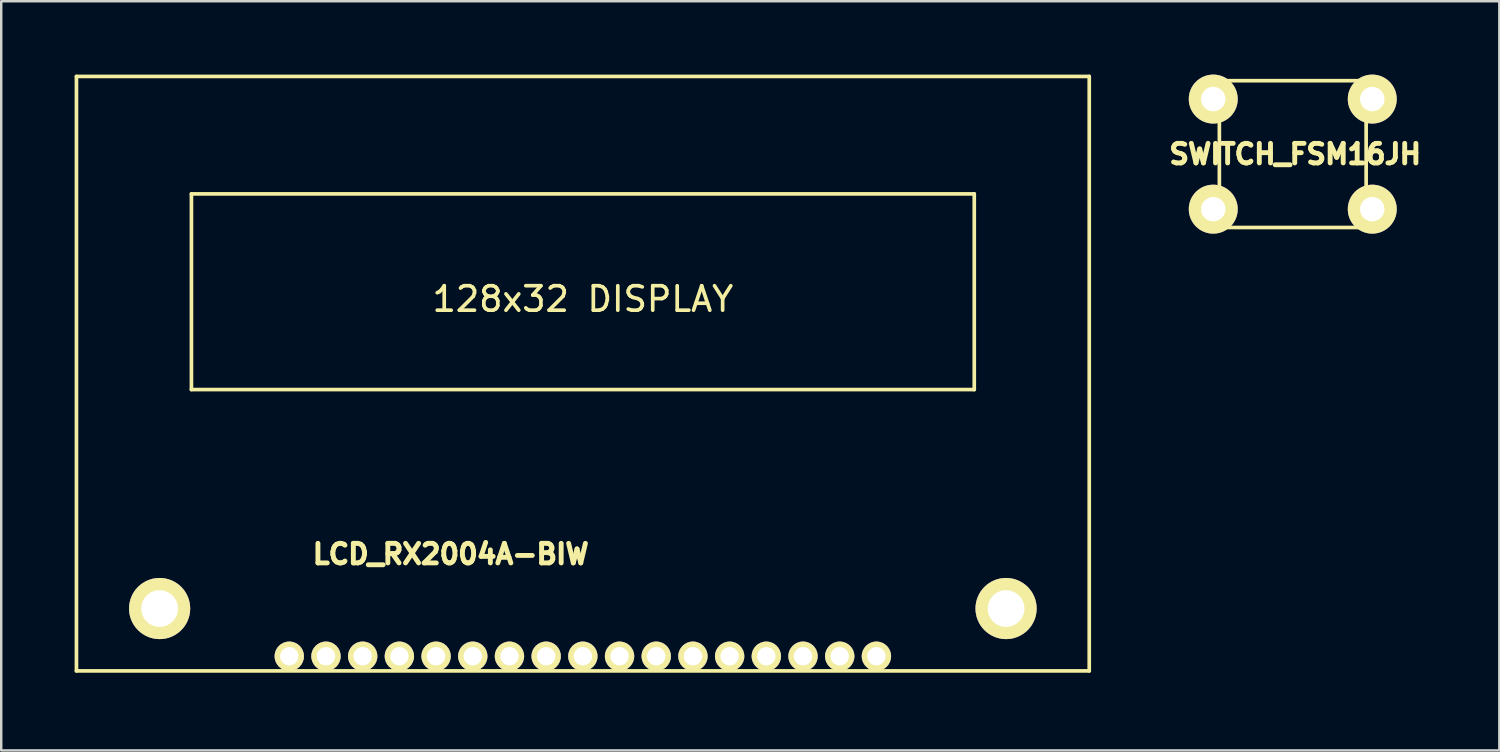
<source format=kicad_pcb>
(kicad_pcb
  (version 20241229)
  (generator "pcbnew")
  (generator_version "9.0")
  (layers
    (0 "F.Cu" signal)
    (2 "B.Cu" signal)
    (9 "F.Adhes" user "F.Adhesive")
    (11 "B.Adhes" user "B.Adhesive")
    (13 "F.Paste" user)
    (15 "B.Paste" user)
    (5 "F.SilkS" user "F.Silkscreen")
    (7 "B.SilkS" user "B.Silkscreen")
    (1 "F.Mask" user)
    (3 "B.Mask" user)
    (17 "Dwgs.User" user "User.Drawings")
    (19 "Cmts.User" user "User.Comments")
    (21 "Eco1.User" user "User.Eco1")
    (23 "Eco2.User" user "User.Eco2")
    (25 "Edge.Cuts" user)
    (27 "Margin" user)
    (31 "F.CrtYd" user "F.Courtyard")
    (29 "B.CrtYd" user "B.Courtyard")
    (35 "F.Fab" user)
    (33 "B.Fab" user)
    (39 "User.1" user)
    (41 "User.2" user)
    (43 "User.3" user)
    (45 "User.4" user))
  (footprint "LCD_RX2004A-BIW"
    (layer "F.Cu")
    (at 20.775 24.375)
    (property "Reference" "LCD_RX2004A-BIW" (at -5.4 -4.775 0) (layer "F.SilkS") (effects (font (size 0.8 0.8) (thickness 0.2))))
    (attr through_hole)
    (fp_line (start -20.7 -24.3) (end -20.7 0) (stroke (width 0.15) (type solid)) (layer "F.SilkS"))
    (fp_line (start -20.7 0) (end 20.7 0) (stroke (width 0.15) (type solid)) (layer "F.SilkS"))
    (fp_line (start -16 -19.5) (end -16 -11.5) (stroke (width 0.15) (type solid)) (layer "F.SilkS"))
    (fp_line (start -16 -11.5) (end 16 -11.5) (stroke (width 0.15) (type solid)) (layer "F.SilkS"))
    (fp_line (start 16 -19.5) (end -16 -19.5) (stroke (width 0.15) (type solid)) (layer "F.SilkS"))
    (fp_line (start 16 -11.5) (end 16 -19.5) (stroke (width 0.15) (type solid)) (layer "F.SilkS"))
    (fp_line (start 20.7 -24.3) (end -20.7 -24.3) (stroke (width 0.15) (type solid)) (layer "F.SilkS"))
    (fp_line (start 20.7 0) (end 20.7 -24.3) (stroke (width 0.15) (type solid)) (layer "F.SilkS"))
    (fp_text user "128x32 DISPLAY" (at 0 -15.2 0) (layer "F.SilkS") (effects (font (size 1 1) (thickness 0.15))))
    (pad "1" thru_hole circle (at -12 -0.6) (size 1.2 1.2) (drill 0.75) (layers "*.Cu" "*.Mask" "F.SilkS"))
    (pad "2" thru_hole circle (at -10.5 -0.6) (size 1.2 1.2) (drill 0.75) (layers "*.Cu" "*.Mask" "F.SilkS"))
    (pad "3" thru_hole circle (at -9 -0.6) (size 1.2 1.2) (drill 0.75) (layers "*.Cu" "*.Mask" "F.SilkS"))
    (pad "4" thru_hole circle (at -7.5 -0.6) (size 1.2 1.2) (drill 0.75) (layers "*.Cu" "*.Mask" "F.SilkS"))
    (pad "5" thru_hole circle (at -6 -0.6) (size 1.2 1.2) (drill 0.75) (layers "*.Cu" "*.Mask" "F.SilkS"))
    (pad "6" thru_hole circle (at -4.5 -0.6) (size 1.2 1.2) (drill 0.75) (layers "*.Cu" "*.Mask" "F.SilkS"))
    (pad "7" thru_hole circle (at -3 -0.6) (size 1.2 1.2) (drill 0.75) (layers "*.Cu" "*.Mask" "F.SilkS"))
    (pad "8" thru_hole circle (at -1.5 -0.6) (size 1.2 1.2) (drill 0.75) (layers "*.Cu" "*.Mask" "F.SilkS"))
    (pad "9" thru_hole circle (at 0 -0.6) (size 1.2 1.2) (drill 0.75) (layers "*.Cu" "*.Mask" "F.SilkS"))
    (pad "10" thru_hole circle (at 1.5 -0.6) (size 1.2 1.2) (drill 0.75) (layers "*.Cu" "*.Mask" "F.SilkS"))
    (pad "11" thru_hole circle (at 3 -0.6) (size 1.2 1.2) (drill 0.75) (layers "*.Cu" "*.Mask" "F.SilkS"))
    (pad "12" thru_hole circle (at 4.5 -0.6) (size 1.2 1.2) (drill 0.75) (layers "*.Cu" "*.Mask" "F.SilkS"))
    (pad "13" thru_hole circle (at 6 -0.6) (size 1.2 1.2) (drill 0.75) (layers "*.Cu" "*.Mask" "F.SilkS"))
    (pad "14" thru_hole circle (at 7.5 -0.6) (size 1.2 1.2) (drill 0.75) (layers "*.Cu" "*.Mask" "F.SilkS"))
    (pad "15" thru_hole circle (at 9 -0.6) (size 1.2 1.2) (drill 0.75) (layers "*.Cu" "*.Mask" "F.SilkS"))
    (pad "16" thru_hole circle (at 10.5 -0.6) (size 1.2 1.2) (drill 0.75) (layers "*.Cu" "*.Mask" "F.SilkS"))
    (pad "17" thru_hole circle (at 12 -0.6) (size 1.2 1.2) (drill 0.75) (layers "*.Cu" "*.Mask" "F.SilkS"))
    (pad "A" thru_hole circle (at -17.3 -2.55) (size 2.5 2.5) (drill 1.5) (layers "*.Cu" "*.Mask" "F.SilkS"))
    (pad "K" thru_hole circle (at 17.3 -2.55) (size 2.5 2.5) (drill 1.5) (layers "*.Cu" "*.Mask" "F.SilkS")))
  (footprint "SWITCH_FSM16JH"
    (layer "F.Cu")
    (at 49.794 3.25)
    (property "Reference" "SWITCH_FSM16JH" (at 0.1 0 0) (layer "F.SilkS") (effects (font (size 0.8 0.8) (thickness 0.2))))
    (attr through_hole)
    (fp_line (start -3 -3) (end 3 -3) (stroke (width 0.15) (type solid)) (layer "F.SilkS"))
    (fp_line (start -3 3) (end -3 -3) (stroke (width 0.15) (type solid)) (layer "F.SilkS"))
    (fp_line (start 3 -3) (end 3 3) (stroke (width 0.15) (type solid)) (layer "F.SilkS"))
    (fp_line (start 3 3) (end -3 3) (stroke (width 0.15) (type solid)) (layer "F.SilkS"))
    (pad "1" thru_hole circle (at -3.25 -2.25) (size 2 2) (drill 1) (layers "*.Cu" "*.Mask" "F.SilkS"))
    (pad "1" thru_hole circle (at 3.25 -2.25) (size 2 2) (drill 1) (layers "*.Cu" "*.Mask" "F.SilkS"))
    (pad "2" thru_hole circle (at -3.25 2.25) (size 2 2) (drill 1) (layers "*.Cu" "*.Mask" "F.SilkS"))
    (pad "2" thru_hole circle (at 3.25 2.25) (size 2 2) (drill 1) (layers "*.Cu" "*.Mask" "F.SilkS")))
  (gr_rect
    (start -3 -3)
    (end 58.238 27.625)
    (stroke (width 0.1) (type default))
    (fill no)
    (layer "Edge.Cuts")))
</source>
